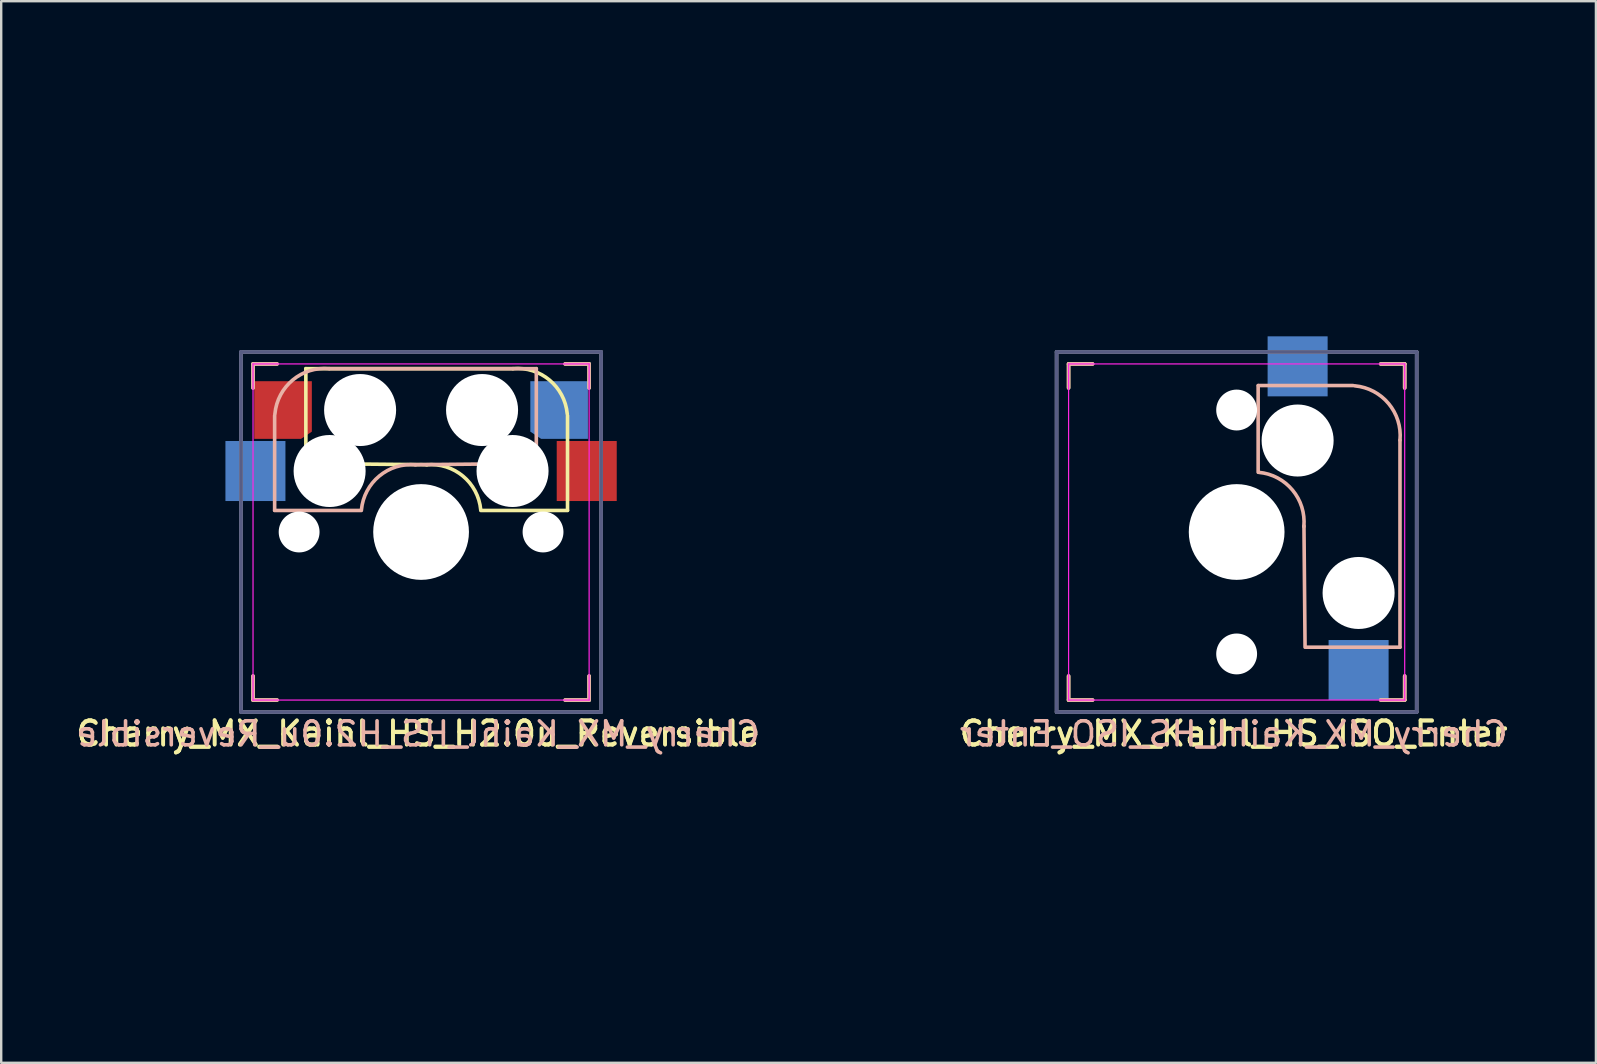
<source format=kicad_pcb>
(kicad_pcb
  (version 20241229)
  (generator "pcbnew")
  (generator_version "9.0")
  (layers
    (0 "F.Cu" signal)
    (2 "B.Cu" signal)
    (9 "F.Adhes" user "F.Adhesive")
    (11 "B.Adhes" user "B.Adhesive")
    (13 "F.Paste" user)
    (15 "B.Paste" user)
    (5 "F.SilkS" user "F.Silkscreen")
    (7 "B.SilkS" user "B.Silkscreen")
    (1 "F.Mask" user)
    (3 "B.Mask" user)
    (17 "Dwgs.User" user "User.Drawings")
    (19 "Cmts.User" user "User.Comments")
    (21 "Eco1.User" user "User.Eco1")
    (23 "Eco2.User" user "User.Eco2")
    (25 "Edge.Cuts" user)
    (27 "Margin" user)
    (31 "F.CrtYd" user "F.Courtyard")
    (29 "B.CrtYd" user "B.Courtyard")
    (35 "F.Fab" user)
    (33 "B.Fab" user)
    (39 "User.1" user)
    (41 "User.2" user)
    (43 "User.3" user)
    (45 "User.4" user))
  (footprint "Cherry_MX_Kaihl_HS_H2.0u_Reversible"
    (layer "F.Cu")
    (at 14.49 19.11)
    (property "Reference" "Cherry_MX_Kaihl_HS_H2.0u_Reversible" (at -0.127 8.382 0) (layer "F.SilkS") (effects (font (size 1 1) (thickness 0.15))))
    (attr through_hole)
    (fp_line (start -7 -7) (end -6 -7) (stroke (width 0.15) (type solid)) (layer "F.SilkS"))
    (fp_line (start -7 -6) (end -7 -7) (stroke (width 0.15) (type solid)) (layer "F.SilkS"))
    (fp_line (start -7 7) (end -7 6) (stroke (width 0.15) (type solid)) (layer "F.SilkS"))
    (fp_line (start -6 7) (end -7 7) (stroke (width 0.15) (type solid)) (layer "F.SilkS"))
    (fp_line (start -4.8 -6.804) (end 3.825 -6.804) (stroke (width 0.15) (type solid)) (layer "F.SilkS"))
    (fp_line (start -4.8 -2.896) (end -4.8 -6.804) (stroke (width 0.15) (type solid)) (layer "F.SilkS"))
    (fp_line (start -4.8 -2.85) (end 0.25 -2.804) (stroke (width 0.15) (type solid)) (layer "F.SilkS"))
    (fp_line (start 6 -7) (end 7 -7) (stroke (width 0.15) (type solid)) (layer "F.SilkS"))
    (fp_line (start 6.1 -4.85) (end 6.1 -0.905) (stroke (width 0.15) (type solid)) (layer "F.SilkS"))
    (fp_line (start 6.1 -0.896) (end 2.49 -0.896) (stroke (width 0.15) (type solid)) (layer "F.SilkS"))
    (fp_line (start 7 -7) (end 7 -6) (stroke (width 0.15) (type solid)) (layer "F.SilkS"))
    (fp_line (start 7 6) (end 7 7) (stroke (width 0.15) (type solid)) (layer "F.SilkS"))
    (fp_line (start 7 7) (end 6 7) (stroke (width 0.15) (type solid)) (layer "F.SilkS"))
    (fp_arc (start 0.225 -2.8) (mid 1.744361 -2.328062) (end 2.485001 -0.920001) (stroke (width 0.15) (type solid)) (layer "F.SilkS"))
    (fp_arc (start 3.825 -6.804) (mid 5.347189 -6.33089) (end 6.089 -4.92) (stroke (width 0.15) (type solid)) (layer "F.SilkS"))
    (fp_line (start -7 -7) (end -6 -7) (stroke (width 0.15) (type solid)) (layer "B.SilkS"))
    (fp_line (start -7 -6) (end -7 -7) (stroke (width 0.15) (type solid)) (layer "B.SilkS"))
    (fp_line (start -7 7) (end -7 6) (stroke (width 0.15) (type solid)) (layer "B.SilkS"))
    (fp_line (start -6.1 -4.85) (end -6.1 -0.905) (stroke (width 0.15) (type solid)) (layer "B.SilkS"))
    (fp_line (start -6.1 -0.896) (end -2.49 -0.896) (stroke (width 0.15) (type solid)) (layer "B.SilkS"))
    (fp_line (start -6 7) (end -7 7) (stroke (width 0.15) (type solid)) (layer "B.SilkS"))
    (fp_line (start 4.8 -6.804) (end -3.825 -6.804) (stroke (width 0.15) (type solid)) (layer "B.SilkS"))
    (fp_line (start 4.8 -2.896) (end 4.8 -6.804) (stroke (width 0.15) (type solid)) (layer "B.SilkS"))
    (fp_line (start 4.8 -2.85) (end -0.25 -2.804) (stroke (width 0.15) (type solid)) (layer "B.SilkS"))
    (fp_line (start 6 -7) (end 7 -7) (stroke (width 0.15) (type solid)) (layer "B.SilkS"))
    (fp_line (start 7 -7) (end 7 -6) (stroke (width 0.15) (type solid)) (layer "B.SilkS"))
    (fp_line (start 7 6) (end 7 7) (stroke (width 0.15) (type solid)) (layer "B.SilkS"))
    (fp_line (start 7 7) (end 6 7) (stroke (width 0.15) (type solid)) (layer "B.SilkS"))
    (fp_arc (start -6.089 -4.92) (mid -5.347189 -6.33089) (end -3.825 -6.804) (stroke (width 0.15) (type solid)) (layer "B.SilkS"))
    (fp_arc (start -2.484999 -0.920001) (mid -1.74436 -2.328062) (end -0.225 -2.8) (stroke (width 0.15) (type solid)) (layer "B.SilkS"))
    (fp_line (start -9.525 -19.05) (end 9.525 -19.05) (stroke (width 0.12) (type solid)) (layer "Eco2.User"))
    (fp_line (start -9.525 19.05) (end -9.525 -19.05) (stroke (width 0.12) (type solid)) (layer "Eco2.User"))
    (fp_line (start -0.8 4.25) (end 0.8 4.25) (stroke (width 0.12) (type solid)) (layer "Eco2.User"))
    (fp_line (start -0.8 5.85) (end -0.8 4.25) (stroke (width 0.12) (type solid)) (layer "Eco2.User"))
    (fp_line (start 0.8 4.25) (end 0.8 5.85) (stroke (width 0.12) (type solid)) (layer "Eco2.User"))
    (fp_line (start 0.8 5.85) (end -0.8 5.85) (stroke (width 0.12) (type solid)) (layer "Eco2.User"))
    (fp_line (start 9.525 -19.05) (end 9.525 19.05) (stroke (width 0.12) (type solid)) (layer "Eco2.User"))
    (fp_line (start 9.525 19.05) (end -9.525 19.05) (stroke (width 0.12) (type solid)) (layer "Eco2.User"))
    (fp_line (start -7 -7) (end 7 -7) (stroke (width 0.05) (type solid)) (layer "F.CrtYd"))
    (fp_line (start -7 7) (end -7 -7) (stroke (width 0.05) (type solid)) (layer "F.CrtYd"))
    (fp_line (start 7 -7) (end 7 7) (stroke (width 0.05) (type solid)) (layer "F.CrtYd"))
    (fp_line (start 7 7) (end -7 7) (stroke (width 0.05) (type solid)) (layer "F.CrtYd"))
    (fp_line (start -7.5 -7.5) (end 7.5 -7.5) (stroke (width 0.15) (type solid)) (layer "B.Fab"))
    (fp_line (start -7.5 7.5) (end -7.5 -7.5) (stroke (width 0.15) (type solid)) (layer "B.Fab"))
    (fp_line (start 7.5 -7.5) (end 7.5 7.5) (stroke (width 0.15) (type solid)) (layer "B.Fab"))
    (fp_line (start 7.5 7.5) (end -7.5 7.5) (stroke (width 0.15) (type solid)) (layer "B.Fab"))
    (fp_line (start -7.5 -7.5) (end 7.5 -7.5) (stroke (width 0.15) (type solid)) (layer "F.Fab"))
    (fp_line (start -7.5 7.5) (end -7.5 -7.5) (stroke (width 0.15) (type solid)) (layer "F.Fab"))
    (fp_line (start 7.5 -7.5) (end 7.5 7.5) (stroke (width 0.15) (type solid)) (layer "F.Fab"))
    (fp_line (start 7.5 7.5) (end -7.5 7.5) (stroke (width 0.15) (type solid)) (layer "F.Fab"))
    (fp_text user "${REFERENCE}" (at -0.12 8.41 0) (layer "F.SilkS") (effects (font (size 1 1) (thickness 0.15))))
    (fp_text user "${REFERENCE}" (at -0.12 8.41 0) (layer "B.SilkS") (effects (font (size 1 1) (thickness 0.15)) (justify mirror)))
    (pad "" np_thru_hole circle (at -5.08 0 180) (size 1.702 1.702) (drill 1.702) (layers "*.Cu" "*.Mask"))
    (pad "" np_thru_hole circle (at -3.81 -2.54 153.5) (size 3 3) (drill 3) (layers "*.Cu" "*.Mask"))
    (pad "" np_thru_hole circle (at -2.54 -5.08 206.5) (size 3 3) (drill 3) (layers "*.Cu" "*.Mask"))
    (pad "" np_thru_hole circle (at 0 0 180) (size 3.988 3.988) (drill 3.988) (layers "*.Cu" "*.Mask"))
    (pad "" np_thru_hole circle (at 2.54 -5.08 206.5) (size 3 3) (drill 3) (layers "*.Cu" "*.Mask"))
    (pad "" np_thru_hole circle (at 3.81 -2.54 206.5) (size 3 3) (drill 3) (layers "*.Cu" "*.Mask"))
    (pad "" np_thru_hole circle (at 5.08 0 180) (size 1.702 1.702) (drill 1.702) (layers "*.Cu" "*.Mask"))
    (pad "1" smd rect (at -6.9 -2.54 180) (size 2.5 2.5) (layers "B.Cu" "B.Mask" "B.Paste"))
    (pad "1" smd rect (at 6.9 -2.54 180) (size 2.5 2.5) (layers "F.Cu" "F.Mask" "F.Paste"))
    (pad "2" smd custom (at -5.75 -5.08 180) (size 2 2) (layers "F.Cu" "F.Mask" "F.Paste") (options (anchor rect)) (primitives (gr_poly (pts (xy 1.2 1.2) (xy -1.2 1.2) (xy -1.2 -0.9) (xy -0.75 -1.2) (xy 1.2 -1.2)) (width 0) (fill yes))))
    (pad "2" smd custom (at 5.75 -5.08 180) (size 2 2) (layers "B.Cu" "B.Mask" "B.Paste") (options (anchor rect)) (primitives (gr_poly (pts (xy 1.2 1.2) (xy 1.2 -0.9) (xy 0.75 -1.2) (xy -1.2 -1.2) (xy -1.2 1.2)) (width 0) (fill yes)))))
  (footprint "Cherry_MX_Kaihl_HS_ISO_Enter"
    (layer "F.Cu")
    (at 48.462 19.11)
    (property "Reference" "Cherry_MX_Kaihl_HS_ISO_Enter" (at -0.127 8.382 0) (layer "F.SilkS") (effects (font (size 1 1) (thickness 0.15))))
    (attr through_hole)
    (fp_line (start -7 -7) (end -6 -7) (stroke (width 0.15) (type solid)) (layer "F.SilkS"))
    (fp_line (start -7 -6) (end -7 -7) (stroke (width 0.15) (type solid)) (layer "F.SilkS"))
    (fp_line (start -7 7) (end -7 6) (stroke (width 0.15) (type solid)) (layer "F.SilkS"))
    (fp_line (start -6 7) (end -7 7) (stroke (width 0.15) (type solid)) (layer "F.SilkS"))
    (fp_line (start 6 -7) (end 7 -7) (stroke (width 0.15) (type solid)) (layer "F.SilkS"))
    (fp_line (start 7 -7) (end 7 -6) (stroke (width 0.15) (type solid)) (layer "F.SilkS"))
    (fp_line (start 7 6) (end 7 7) (stroke (width 0.15) (type solid)) (layer "F.SilkS"))
    (fp_line (start 7 7) (end 6 7) (stroke (width 0.15) (type solid)) (layer "F.SilkS"))
    (fp_line (start -7 -7) (end -6 -7) (stroke (width 0.15) (type solid)) (layer "B.SilkS"))
    (fp_line (start -7 -6) (end -7 -7) (stroke (width 0.15) (type solid)) (layer "B.SilkS"))
    (fp_line (start -7 7) (end -7 6) (stroke (width 0.15) (type solid)) (layer "B.SilkS"))
    (fp_line (start -6 7) (end -7 7) (stroke (width 0.15) (type solid)) (layer "B.SilkS"))
    (fp_line (start 0.896 -6.1) (end 0.896 -2.49) (stroke (width 0.15) (type solid)) (layer "B.SilkS"))
    (fp_line (start 2.85 4.8) (end 2.804 -0.25) (stroke (width 0.15) (type solid)) (layer "B.SilkS"))
    (fp_line (start 2.896 4.8) (end 6.804 4.8) (stroke (width 0.15) (type solid)) (layer "B.SilkS"))
    (fp_line (start 4.85 -6.1) (end 0.905 -6.1) (stroke (width 0.15) (type solid)) (layer "B.SilkS"))
    (fp_line (start 6 -7) (end 7 -7) (stroke (width 0.15) (type solid)) (layer "B.SilkS"))
    (fp_line (start 6.804 4.8) (end 6.804 -3.825) (stroke (width 0.15) (type solid)) (layer "B.SilkS"))
    (fp_line (start 7 -7) (end 7 -6) (stroke (width 0.15) (type solid)) (layer "B.SilkS"))
    (fp_line (start 7 6) (end 7 7) (stroke (width 0.15) (type solid)) (layer "B.SilkS"))
    (fp_line (start 7 7) (end 6 7) (stroke (width 0.15) (type solid)) (layer "B.SilkS"))
    (fp_arc (start 0.920252 -2.484752) (mid 2.328313 -1.744113) (end 2.800251 -0.224753) (stroke (width 0.15) (type solid)) (layer "B.SilkS"))
    (fp_arc (start 4.920251 -6.088753) (mid 6.331141 -5.346942) (end 6.804251 -3.824753) (stroke (width 0.15) (type solid)) (layer "B.SilkS"))
    (fp_line (start -16.669 -19.05) (end 11.906 -19.05) (stroke (width 0.12) (type solid)) (layer "Eco2.User"))
    (fp_line (start -16.669 0) (end -16.669 -19.05) (stroke (width 0.12) (type solid)) (layer "Eco2.User"))
    (fp_line (start -16.669 0) (end -11.906 0) (stroke (width 0.12) (type solid)) (layer "Eco2.User"))
    (fp_line (start -11.906 19.05) (end -11.906 0) (stroke (width 0.12) (type solid)) (layer "Eco2.User"))
    (fp_line (start -5.85 -0.8) (end -4.25 -0.8) (stroke (width 0.12) (type solid)) (layer "Eco2.User"))
    (fp_line (start -5.85 0.8) (end -5.85 -0.8) (stroke (width 0.12) (type solid)) (layer "Eco2.User"))
    (fp_line (start -4.25 -0.8) (end -4.25 0.8) (stroke (width 0.12) (type solid)) (layer "Eco2.User"))
    (fp_line (start -4.25 0.8) (end -5.85 0.8) (stroke (width 0.12) (type solid)) (layer "Eco2.User"))
    (fp_line (start 11.906 -19.05) (end 11.906 19.05) (stroke (width 0.12) (type solid)) (layer "Eco2.User"))
    (fp_line (start 11.906 19.05) (end -11.906 19.05) (stroke (width 0.12) (type solid)) (layer "Eco2.User"))
    (fp_line (start -7 -7) (end 7 -7) (stroke (width 0.05) (type solid)) (layer "F.CrtYd"))
    (fp_line (start -7 7) (end -7 -7) (stroke (width 0.05) (type solid)) (layer "F.CrtYd"))
    (fp_line (start 7 -7) (end 7 7) (stroke (width 0.05) (type solid)) (layer "F.CrtYd"))
    (fp_line (start 7 7) (end -7 7) (stroke (width 0.05) (type solid)) (layer "F.CrtYd"))
    (fp_line (start -7.5 -7.5) (end 7.5 -7.5) (stroke (width 0.15) (type solid)) (layer "B.Fab"))
    (fp_line (start -7.5 7.5) (end -7.5 -7.5) (stroke (width 0.15) (type solid)) (layer "B.Fab"))
    (fp_line (start 7.5 -7.5) (end 7.5 7.5) (stroke (width 0.15) (type solid)) (layer "B.Fab"))
    (fp_line (start 7.5 7.5) (end -7.5 7.5) (stroke (width 0.15) (type solid)) (layer "B.Fab"))
    (fp_line (start -7.5 -7.5) (end 7.5 -7.5) (stroke (width 0.15) (type solid)) (layer "F.Fab"))
    (fp_line (start -7.5 7.5) (end -7.5 -7.5) (stroke (width 0.15) (type solid)) (layer "F.Fab"))
    (fp_line (start 7.5 -7.5) (end 7.5 7.5) (stroke (width 0.15) (type solid)) (layer "F.Fab"))
    (fp_line (start 7.5 7.5) (end -7.5 7.5) (stroke (width 0.15) (type solid)) (layer "F.Fab"))
    (fp_text user "${REFERENCE}" (at -0.12 8.41 0) (layer "F.SilkS") (effects (font (size 1 1) (thickness 0.15))))
    (fp_text user "${REFERENCE}" (at -0.12 8.41 0) (layer "B.SilkS") (effects (font (size 1 1) (thickness 0.15)) (justify mirror)))
    (pad "" np_thru_hole circle (at 0.000251 -5.08 90) (size 1.702 1.702) (drill 1.702) (layers "*.Cu" "*.Mask"))
    (pad "" np_thru_hole circle (at 0.000251 0.000247 90) (size 3.988 3.988) (drill 3.988) (layers "*.Cu" "*.Mask"))
    (pad "" np_thru_hole circle (at 0.000251 5.08 90) (size 1.702 1.702) (drill 1.702) (layers "*.Cu" "*.Mask"))
    (pad "" np_thru_hole circle (at 2.54 -3.81 63.5) (size 3 3) (drill 3) (layers "*.Cu" "*.Mask"))
    (pad "" np_thru_hole circle (at 5.08 2.54 116.5) (size 3 3) (drill 3) (layers "*.Cu" "*.Mask"))
    (pad "1" smd rect (at 2.54 -6.9 90) (size 2.5 2.5) (layers "B.Cu" "B.Mask" "B.Paste"))
    (pad "2" smd rect (at 5.08 5.75 90) (size 2.5 2.5) (layers "B.Cu" "B.Mask" "B.Paste")))
  (gr_rect
    (start -3 -3)
    (end 63.428 41.22)
    (stroke (width 0.1) (type default))
    (fill no)
    (layer "Edge.Cuts")))
</source>
